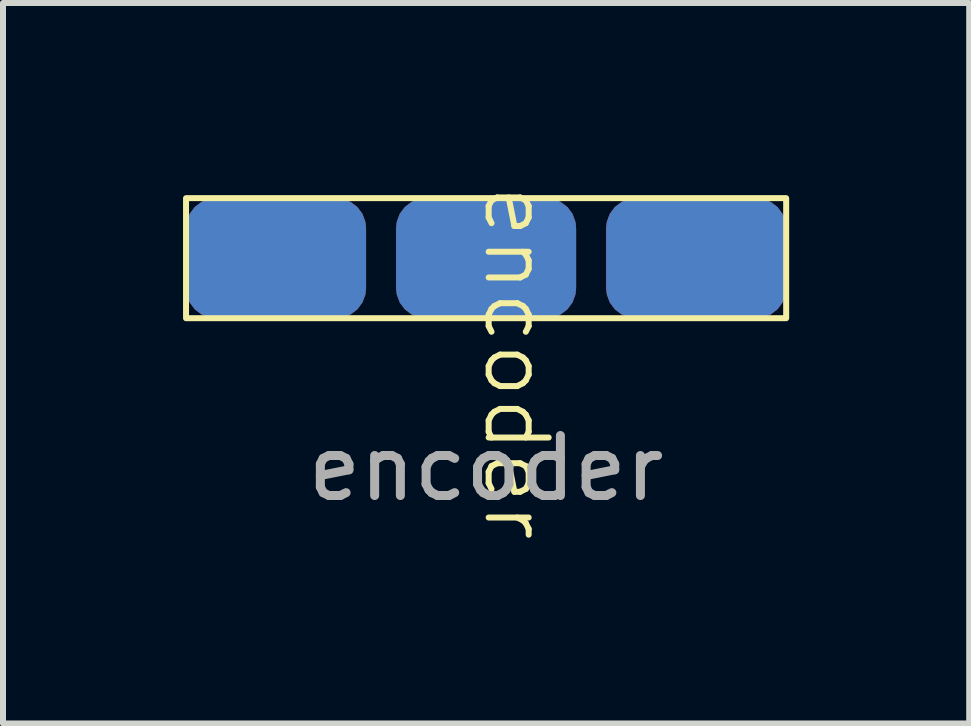
<source format=kicad_pcb>
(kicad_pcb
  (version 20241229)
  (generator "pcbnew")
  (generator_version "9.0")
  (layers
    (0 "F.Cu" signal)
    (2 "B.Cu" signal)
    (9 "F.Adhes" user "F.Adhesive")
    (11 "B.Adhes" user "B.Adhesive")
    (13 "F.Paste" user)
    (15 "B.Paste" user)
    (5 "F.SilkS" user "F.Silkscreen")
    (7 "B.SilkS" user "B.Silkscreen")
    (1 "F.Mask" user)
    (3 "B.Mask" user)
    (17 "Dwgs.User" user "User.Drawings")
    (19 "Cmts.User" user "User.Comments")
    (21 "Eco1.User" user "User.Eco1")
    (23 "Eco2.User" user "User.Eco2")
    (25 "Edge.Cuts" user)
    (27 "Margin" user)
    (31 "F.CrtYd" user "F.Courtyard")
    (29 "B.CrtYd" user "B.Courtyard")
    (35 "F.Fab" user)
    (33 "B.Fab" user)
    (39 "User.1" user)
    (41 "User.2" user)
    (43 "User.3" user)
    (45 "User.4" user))
  (footprint "encoder"
    (layer "F.Cu")
    (at 5.05 2.252)
    (property "Reference" "encoder" (at 0.5 0.75 270) (unlocked yes) (layer "F.SilkS") (effects (font (size 1 1) (thickness 0.1))))
    (attr smd)
    (fp_rect (start -5 -2) (end 5 0) (stroke (width 0.1) (type default)) (fill no) (layer "F.SilkS"))
    (fp_text user "${REFERENCE}" (at 0 2.5 0) (unlocked yes) (layer "F.Fab") (effects (font (size 1 1) (thickness 0.15))))
    (pad "1" smd roundrect (at -3.5 -1) (size 3 2) (layers "F.Cu" "F.Mask" "F.Paste") (roundrect_rratio 0.25))
    (pad "1" smd roundrect (at -3.5 -1 180) (size 3 2) (layers "B.Cu" "B.Mask" "B.Paste") (roundrect_rratio 0.25))
    (pad "2" smd roundrect (at 0 -1) (size 3 2) (layers "F.Cu" "F.Mask" "F.Paste") (roundrect_rratio 0.25))
    (pad "2" smd roundrect (at 0 -1 180) (size 3 2) (layers "B.Cu" "B.Mask" "B.Paste") (roundrect_rratio 0.25))
    (pad "3" smd roundrect (at 3.5 -1) (size 3 2) (layers "F.Cu" "F.Mask" "F.Paste") (roundrect_rratio 0.25))
    (pad "3" smd roundrect (at 3.5 -1 180) (size 3 2) (layers "B.Cu" "B.Mask" "B.Paste") (roundrect_rratio 0.25)))
  (gr_rect
    (start -3 -3)
    (end 13.1 9.005)
    (stroke (width 0.1) (type default))
    (fill no)
    (layer "Edge.Cuts")))
</source>
